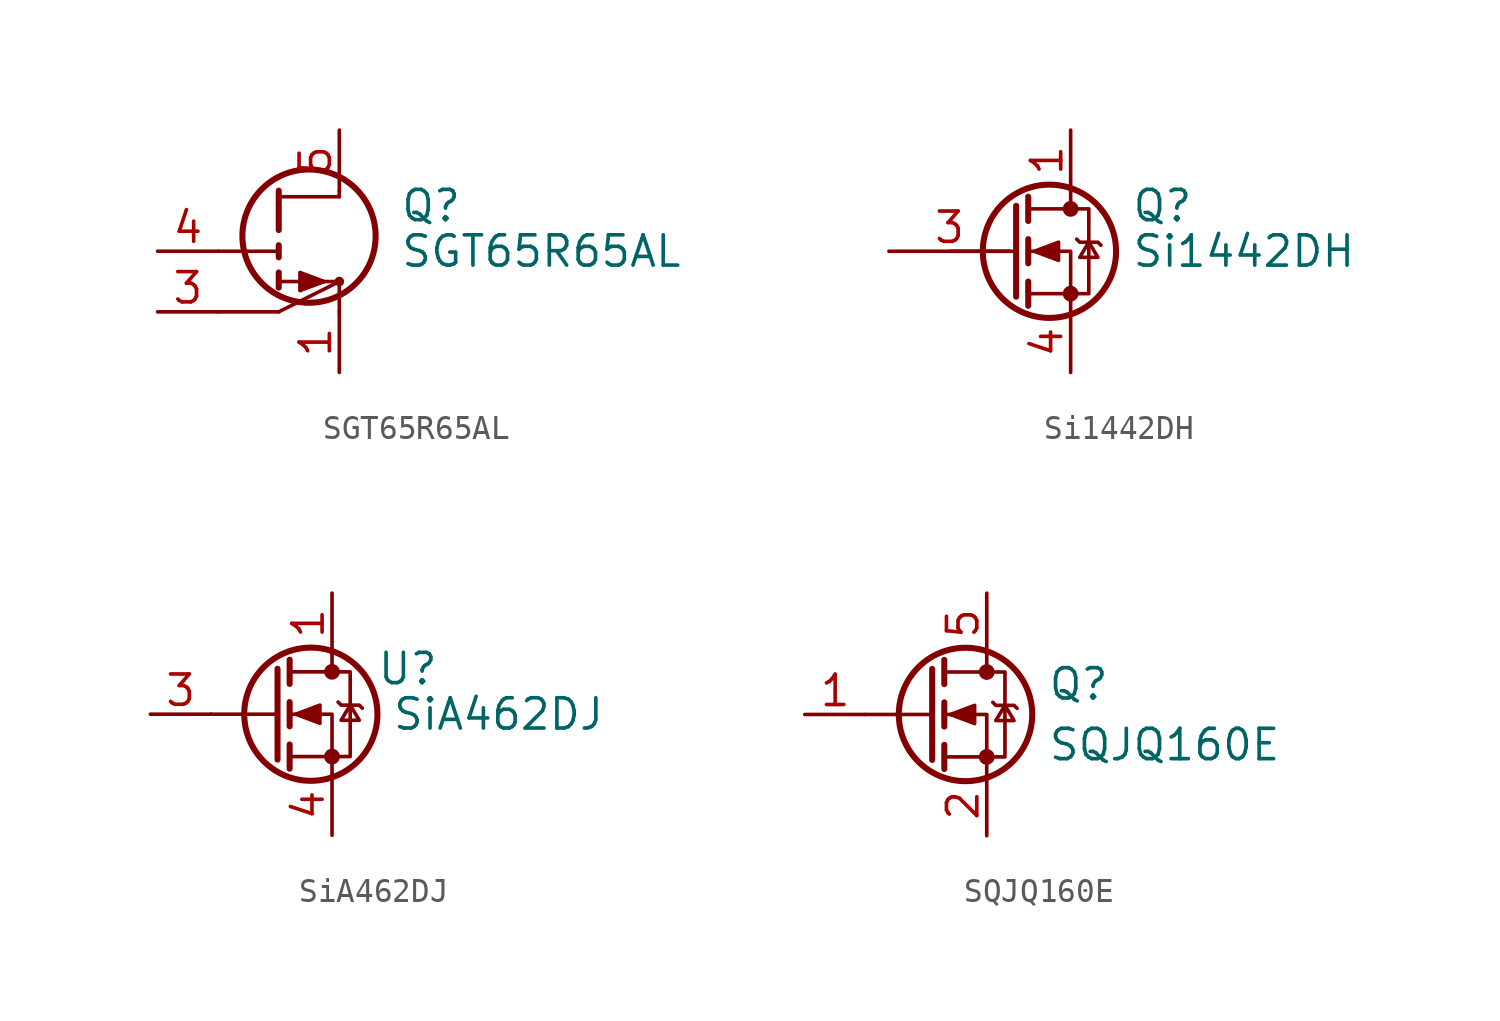
<source format=kicad_sym>
(kicad_symbol_lib
  (version 20231120)
  (generator "kicad_symbol_editor")
  (generator_version "8.0")
  (symbol "SGT65R65AL"
    (pin_names
      (offset 0) hide)
    (property "Reference" "Q"
      (at 5.08 1.905 0)
      (effects (font (size 1.27 1.27)) (justify left)))
    (property "Value" "SGT65R65AL"
      (at 5.08 0 0)
      (effects (font (size 1.27 1.27)) (justify left)))
    (symbol "SGT65R65AL_0_1"
      (polyline (pts (xy -2.54 -2.54) (xy 0 -2.54)) (stroke (width 0) (type default)) (fill (type none)))
      (polyline (pts (xy 0 -2.54) (xy 2.54 -1.27)) (stroke (width 0) (type default)) (fill (type none)))
      (polyline (pts (xy 0 0) (xy -2.54 0)) (stroke (width 0) (type default)) (fill (type none)))
      (polyline (pts (xy 0 2.286) (xy 2.54 2.286)) (stroke (width 0) (type default)) (fill (type none)))
      (polyline (pts (xy 2.54 -2.54) (xy 2.54 -1.27)) (stroke (width 0) (type default)) (fill (type none)))
      (polyline (pts (xy 2.54 -1.27) (xy 0 -1.27)) (stroke (width 0) (type default)) (fill (type none)))
      (polyline (pts (xy 2.54 2.286) (xy 2.54 2.54)) (stroke (width 0) (type default)) (fill (type none)))
      (polyline (pts (xy 1.905 -1.27) (xy 0.889 -0.889) (xy 0.889 -1.651) (xy 1.905 -1.27)) (stroke (width 0) (type default)) (fill (type outline)))
      (circle (center 1.27 0.635) (radius 2.794) (stroke (width 0.254) (type default)) (fill (type none)))
      (circle (center 2.54 -1.27) (radius 0.127) (stroke (width 0) (type default)) (fill (type none))))
    (symbol "SGT65R65AL_1_1"
      (polyline (pts (xy 0 -0.889) (xy 0 -1.524)) (stroke (width 0.254) (type default)) (fill (type none)))
      (polyline (pts (xy 0 0.254) (xy 0 -0.254)) (stroke (width 0.254) (type default)) (fill (type none)))
      (polyline (pts (xy 0 0.889) (xy 0 2.54)) (stroke (width 0.254) (type default)) (fill (type none)))
      (pin passive line (at 2.54 -5.08 90) (length 2.54) (name "S" (effects (font (size 1.27 1.27)))) (number "1" (effects (font (size 1.27 1.27)))))
      (pin passive line (at 2.54 -5.08 90) (length 2.54) hide (name "S" (effects (font (size 1.27 1.27)))) (number "2" (effects (font (size 1.27 1.27)))))
      (pin passive line (at -5.08 -2.54 0) (length 2.54) (name "KS" (effects (font (size 1.27 1.27)))) (number "3" (effects (font (size 1.27 1.27)))))
      (pin input line (at -5.08 0 0) (length 2.54) (name "G" (effects (font (size 1.27 1.27)))) (number "4" (effects (font (size 1.27 1.27)))))
      (pin passive line (at 2.54 5.08 270) (length 2.54) (name "D" (effects (font (size 1.27 1.27)))) (number "5" (effects (font (size 1.27 1.27)))))
      (pin passive line (at 2.54 5.08 270) (length 2.54) hide (name "D" (effects (font (size 1.27 1.27)))) (number "6" (effects (font (size 1.27 1.27)))))
      (pin passive line (at 2.54 5.08 270) (length 2.54) hide (name "D" (effects (font (size 1.27 1.27)))) (number "7" (effects (font (size 1.27 1.27)))))
      (pin passive line (at 2.54 5.08 270) (length 2.54) hide (name "D" (effects (font (size 1.27 1.27)))) (number "8" (effects (font (size 1.27 1.27)))))))
  (symbol "Si1442DH"
    (pin_names hide)
    (property "Reference" "Q"
      (at 5.08 1.905 0)
      (effects (font (size 1.27 1.27)) (justify left)))
    (property "Value" "Si1442DH"
      (at 5.08 0 0)
      (effects (font (size 1.27 1.27)) (justify left)))
    (symbol "Si1442DH_0_1"
      (polyline (pts (xy 0.254 0) (xy -2.54 0)) (stroke (width 0) (type default)) (fill (type none)))
      (polyline (pts (xy 0.254 1.905) (xy 0.254 -1.905)) (stroke (width 0.254) (type default)) (fill (type none)))
      (polyline (pts (xy 0.762 -1.27) (xy 0.762 -2.286)) (stroke (width 0.254) (type default)) (fill (type none)))
      (polyline (pts (xy 0.762 0.508) (xy 0.762 -0.508)) (stroke (width 0.254) (type default)) (fill (type none)))
      (polyline (pts (xy 0.762 2.286) (xy 0.762 1.27)) (stroke (width 0.254) (type default)) (fill (type none)))
      (polyline (pts (xy 2.54 2.54) (xy 2.54 1.778)) (stroke (width 0) (type default)) (fill (type none)))
      (polyline (pts (xy 2.54 -2.54) (xy 2.54 0) (xy 0.762 0)) (stroke (width 0) (type default)) (fill (type none)))
      (polyline (pts (xy 0.762 -1.778) (xy 3.302 -1.778) (xy 3.302 1.778) (xy 0.762 1.778)) (stroke (width 0) (type default)) (fill (type none)))
      (polyline (pts (xy 1.016 0) (xy 2.032 0.381) (xy 2.032 -0.381) (xy 1.016 0)) (stroke (width 0) (type default)) (fill (type outline)))
      (polyline (pts (xy 2.794 0.508) (xy 2.921 0.381) (xy 3.683 0.381) (xy 3.81 0.254)) (stroke (width 0) (type default)) (fill (type none)))
      (polyline (pts (xy 3.302 0.381) (xy 2.921 -0.254) (xy 3.683 -0.254) (xy 3.302 0.381)) (stroke (width 0) (type default)) (fill (type none)))
      (circle (center 1.651 0) (radius 2.794) (stroke (width 0.254) (type default)) (fill (type none)))
      (circle (center 2.54 -1.778) (radius 0.254) (stroke (width 0) (type default)) (fill (type outline)))
      (circle (center 2.54 1.778) (radius 0.254) (stroke (width 0) (type default)) (fill (type outline))))
    (symbol "Si1442DH_1_1"
      (pin passive line (at 2.54 5.08 270) (length 2.54) (name "D" (effects (font (size 1.27 1.27)))) (number "1" (effects (font (size 1.27 1.27)))))
      (pin passive line (at 2.54 5.08 270) (length 2.54) hide (name "D" (effects (font (size 1.27 1.27)))) (number "2" (effects (font (size 1.27 1.27)))))
      (pin input line (at -5.08 0 0) (length 5.08) (name "G" (effects (font (size 1.27 1.27)))) (number "3" (effects (font (size 1.27 1.27)))))
      (pin passive line (at 2.54 -5.08 90) (length 2.54) (name "S" (effects (font (size 1.27 1.27)))) (number "4" (effects (font (size 1.27 1.27)))))
      (pin passive line (at 2.54 5.08 270) (length 2.54) hide (name "D" (effects (font (size 1.27 1.27)))) (number "5" (effects (font (size 1.27 1.27)))))
      (pin passive line (at 2.54 5.08 270) (length 2.54) hide (name "D" (effects (font (size 1.27 1.27)))) (number "6" (effects (font (size 1.27 1.27)))))))
  (symbol "SiA462DJ"
    (pin_names hide)
    (property "Reference" "U"
      (at 5.715 1.905 0)
      (effects (font (size 1.27 1.27))))
    (property "Value" "SiA462DJ"
      (at 9.525 0 0)
      (effects (font (size 1.27 1.27))))
    (symbol "SiA462DJ_0_1"
      (polyline (pts (xy 0.254 0) (xy -2.54 0)) (stroke (width 0) (type default)) (fill (type none)))
      (polyline (pts (xy 0.254 1.905) (xy 0.254 -1.905)) (stroke (width 0.254) (type default)) (fill (type none)))
      (polyline (pts (xy 0.762 -1.27) (xy 0.762 -2.286)) (stroke (width 0.254) (type default)) (fill (type none)))
      (polyline (pts (xy 0.762 0.508) (xy 0.762 -0.508)) (stroke (width 0.254) (type default)) (fill (type none)))
      (polyline (pts (xy 0.762 2.286) (xy 0.762 1.27)) (stroke (width 0.254) (type default)) (fill (type none)))
      (polyline (pts (xy 2.54 2.54) (xy 2.54 1.778)) (stroke (width 0) (type default)) (fill (type none)))
      (polyline (pts (xy 2.54 -2.54) (xy 2.54 0) (xy 0.762 0)) (stroke (width 0) (type default)) (fill (type none)))
      (polyline (pts (xy 0.762 -1.778) (xy 3.302 -1.778) (xy 3.302 1.778) (xy 0.762 1.778)) (stroke (width 0) (type default)) (fill (type none)))
      (polyline (pts (xy 1.016 0) (xy 2.032 0.381) (xy 2.032 -0.381) (xy 1.016 0)) (stroke (width 0) (type default)) (fill (type outline)))
      (polyline (pts (xy 2.794 0.508) (xy 2.921 0.381) (xy 3.683 0.381) (xy 3.81 0.254)) (stroke (width 0) (type default)) (fill (type none)))
      (polyline (pts (xy 3.302 0.381) (xy 2.921 -0.254) (xy 3.683 -0.254) (xy 3.302 0.381)) (stroke (width 0) (type default)) (fill (type none)))
      (circle (center 1.651 0) (radius 2.794) (stroke (width 0.254) (type default)) (fill (type none)))
      (circle (center 2.54 -1.778) (radius 0.254) (stroke (width 0) (type default)) (fill (type outline)))
      (circle (center 2.54 1.778) (radius 0.254) (stroke (width 0) (type default)) (fill (type outline))))
    (symbol "SiA462DJ_1_1"
      (pin passive line (at 2.54 5.08 270) (length 2.54) (name "D" (effects (font (size 1.27 1.27)))) (number "1" (effects (font (size 1.27 1.27)))))
      (pin passive line (at -5.08 0 0) (length 2.54) (name "G" (effects (font (size 1.27 1.27)))) (number "3" (effects (font (size 1.27 1.27)))))
      (pin passive line (at 2.54 -5.08 90) (length 2.54) (name "S" (effects (font (size 1.27 1.27)))) (number "4" (effects (font (size 1.27 1.27)))))))
  (symbol "SQJQ160E"
    (pin_names
      (offset 0) hide)
    (property "Reference" "Q"
      (at 5.08 1.27 0)
      (effects (font (size 1.27 1.27)) (justify left)))
    (property "Value" "SQJQ160E"
      (at 5.08 -1.27 0)
      (effects (font (size 1.27 1.27)) (justify left)))
    (symbol "SQJQ160E_0_1"
      (polyline (pts (xy 0.254 0) (xy -2.54 0)) (stroke (width 0) (type default)) (fill (type none)))
      (polyline (pts (xy 0.254 1.905) (xy 0.254 -1.905)) (stroke (width 0.254) (type default)) (fill (type none)))
      (polyline (pts (xy 0.762 -1.27) (xy 0.762 -2.286)) (stroke (width 0.254) (type default)) (fill (type none)))
      (polyline (pts (xy 0.762 0.508) (xy 0.762 -0.508)) (stroke (width 0.254) (type default)) (fill (type none)))
      (polyline (pts (xy 0.762 2.286) (xy 0.762 1.27)) (stroke (width 0.254) (type default)) (fill (type none)))
      (polyline (pts (xy 2.54 2.54) (xy 2.54 1.778)) (stroke (width 0) (type default)) (fill (type none)))
      (polyline (pts (xy 2.54 -2.54) (xy 2.54 0) (xy 0.762 0)) (stroke (width 0) (type default)) (fill (type none)))
      (polyline (pts (xy 0.762 -1.778) (xy 3.302 -1.778) (xy 3.302 1.778) (xy 0.762 1.778)) (stroke (width 0) (type default)) (fill (type none)))
      (polyline (pts (xy 1.016 0) (xy 2.032 0.381) (xy 2.032 -0.381) (xy 1.016 0)) (stroke (width 0) (type default)) (fill (type outline)))
      (polyline (pts (xy 2.794 0.508) (xy 2.921 0.381) (xy 3.683 0.381) (xy 3.81 0.254)) (stroke (width 0) (type default)) (fill (type none)))
      (polyline (pts (xy 3.302 0.381) (xy 2.921 -0.254) (xy 3.683 -0.254) (xy 3.302 0.381)) (stroke (width 0) (type default)) (fill (type none)))
      (circle (center 1.651 0) (radius 2.794) (stroke (width 0.254) (type default)) (fill (type none)))
      (circle (center 2.54 -1.778) (radius 0.254) (stroke (width 0) (type default)) (fill (type outline)))
      (circle (center 2.54 1.778) (radius 0.254) (stroke (width 0) (type default)) (fill (type outline))))
    (symbol "SQJQ160E_1_1"
      (pin input line (at -5.08 0 0) (length 2.54) (name "G" (effects (font (size 1.27 1.27)))) (number "1" (effects (font (size 1.27 1.27)))))
      (pin passive line (at 2.54 -5.08 90) (length 2.54) (name "S" (effects (font (size 1.27 1.27)))) (number "2" (effects (font (size 1.27 1.27)))))
      (pin passive line (at 2.54 -5.08 90) (length 2.54) hide (name "S" (effects (font (size 1.27 1.27)))) (number "3" (effects (font (size 1.27 1.27)))))
      (pin passive line (at 2.54 -5.08 90) (length 2.54) hide (name "S" (effects (font (size 1.27 1.27)))) (number "4" (effects (font (size 1.27 1.27)))))
      (pin passive line (at 2.54 5.08 270) (length 2.54) (name "D" (effects (font (size 1.27 1.27)))) (number "5" (effects (font (size 1.27 1.27))))))))
</source>
